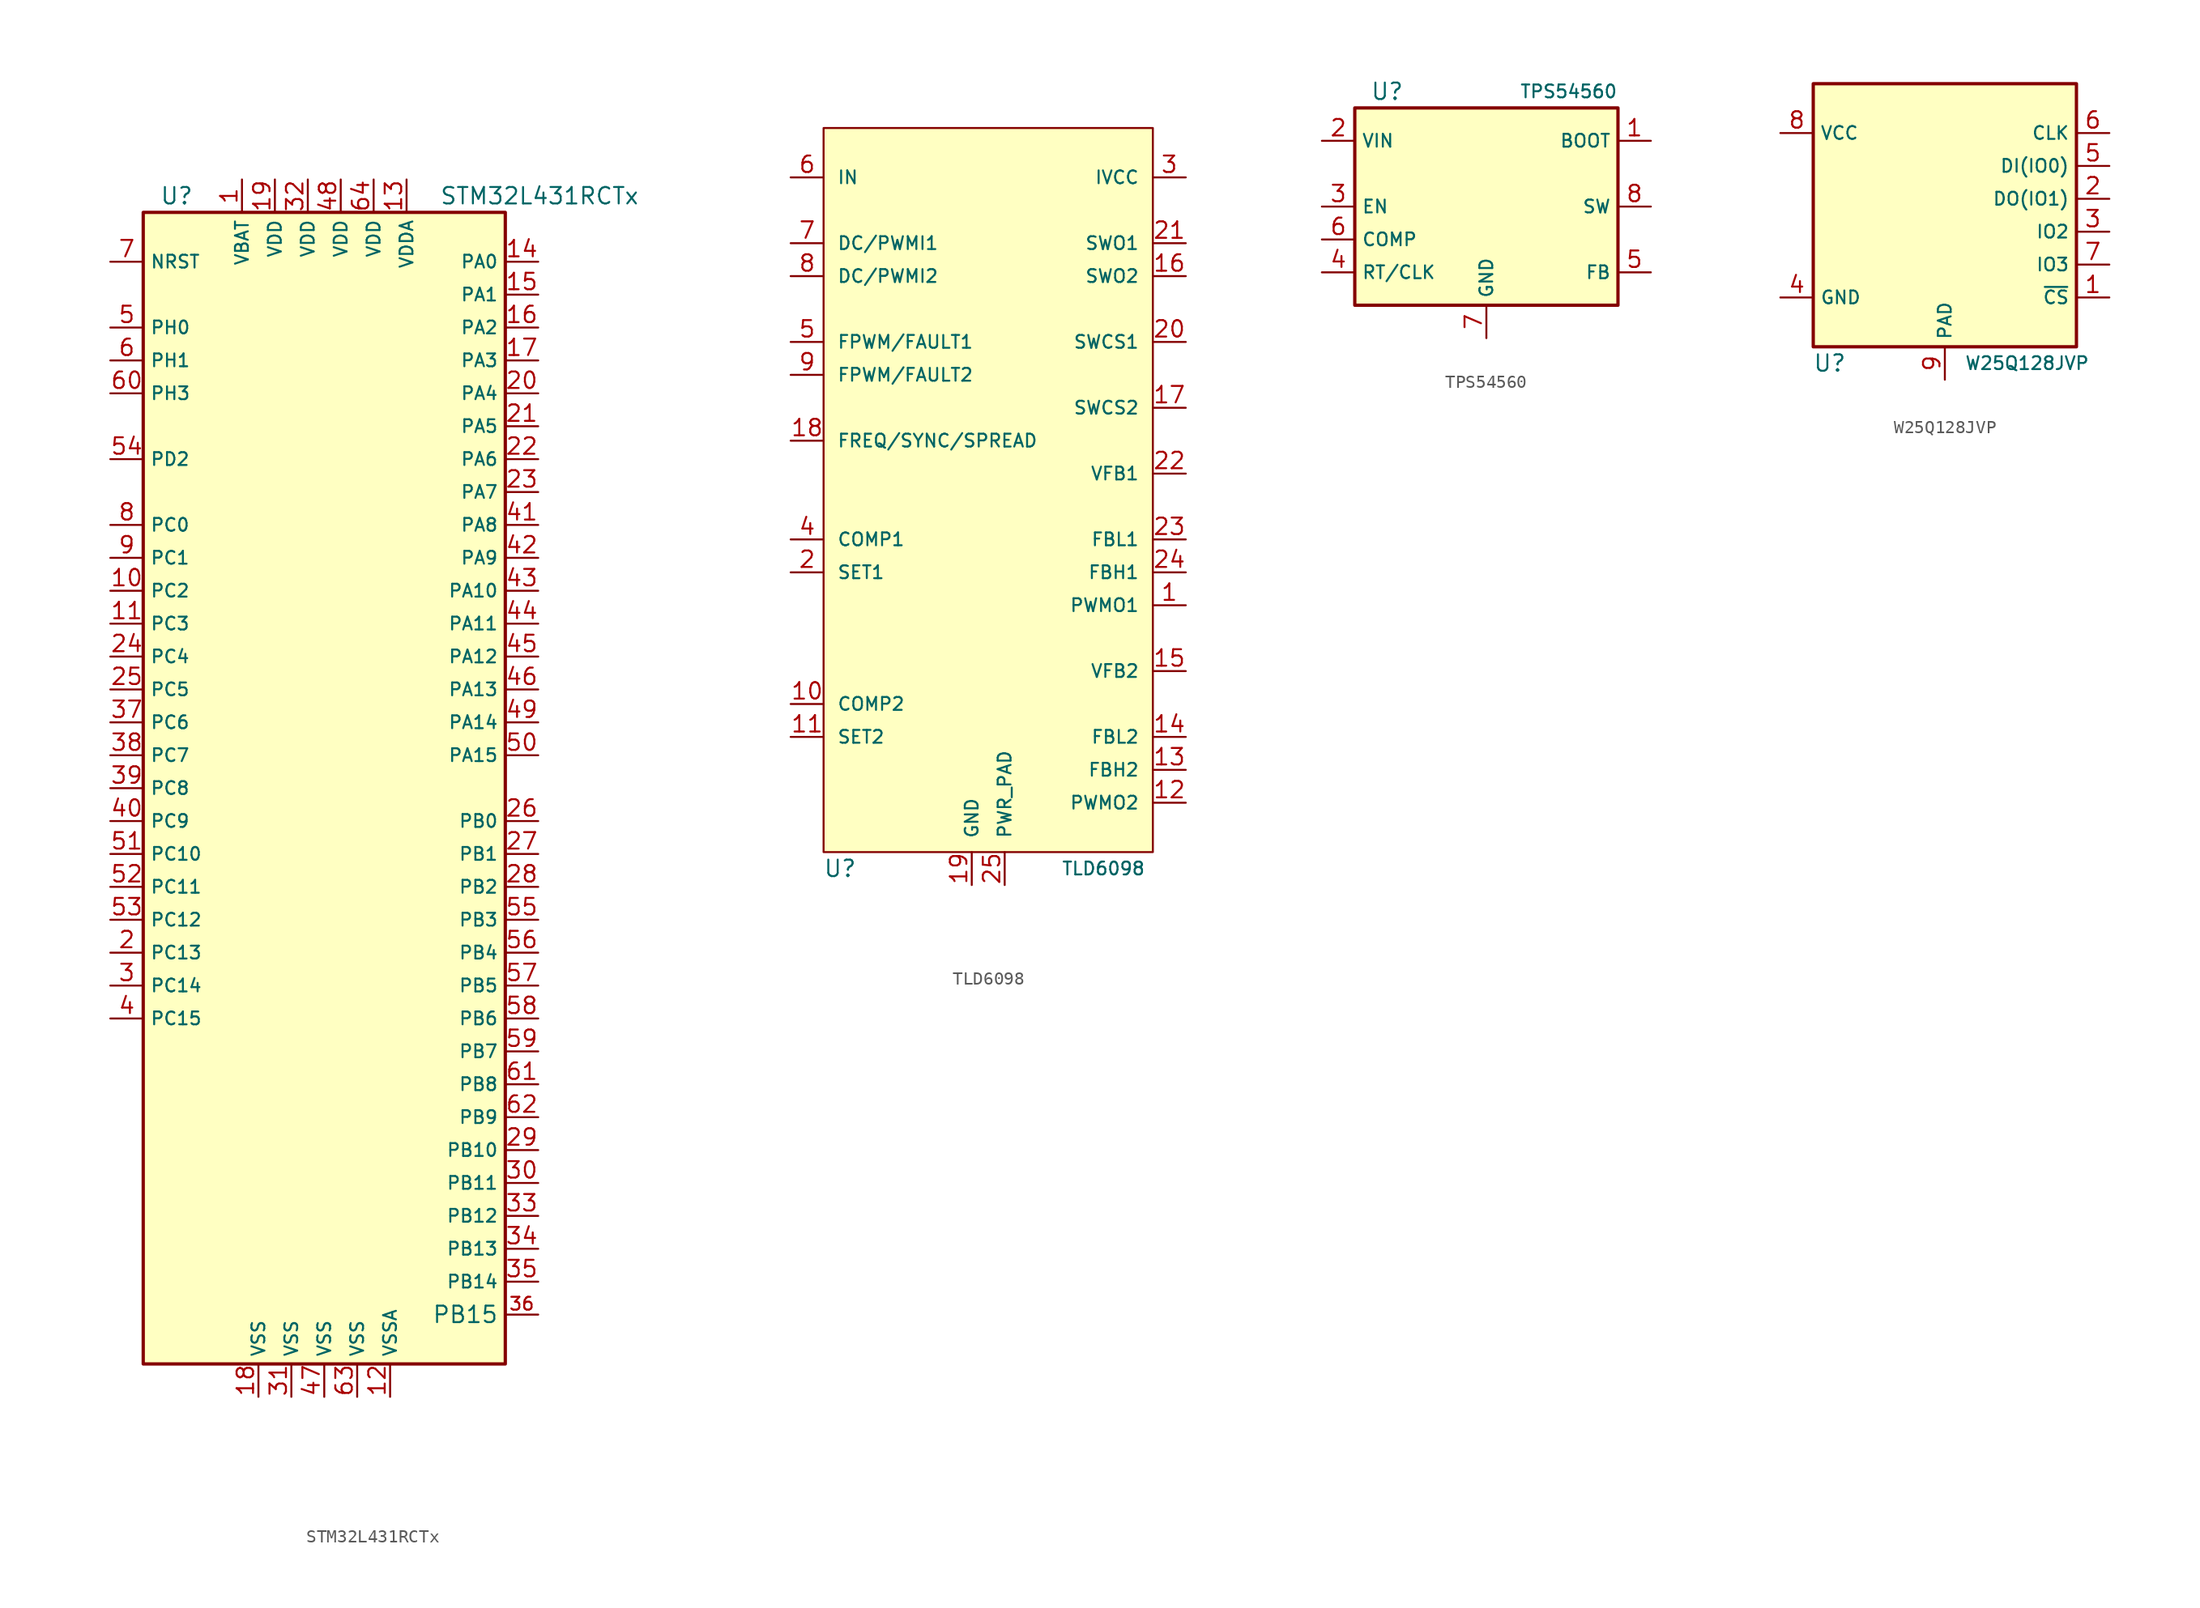
<source format=kicad_sym>
(kicad_symbol_lib
  (version 20211014)
  (generator kicad_symbol_editor)
  (symbol "STM32L431RCTx"
    (property "Reference" "U"
      (at -12.7 45.72 0)
      (effects (font (size 1.27 1.27)) (justify left)))
    (property "Value" "STM32L431RCTx"
      (at 8.89 45.72 0)
      (effects (font (size 1.27 1.27)) (justify left)))
    (symbol "STM32L431RCTx_0_1"
      (rectangle (start -13.97 44.45) (end 13.97 -44.45) (stroke (width 0.254) (type default) (color 0 0 0 0)) (fill (type background))))
    (symbol "STM32L431RCTx_1_1"
      (pin power_in line (at -6.35 46.99 270) (length 2.54) (name "VBAT" (effects (font (size 0.991 0.991)))) (number "1" (effects (font (size 1.27 1.27)))))
      (pin bidirectional line (at -16.51 15.24 0) (length 2.54) (name "PC2" (effects (font (size 0.991 0.991)))) (number "10" (effects (font (size 1.27 1.27)))))
      (pin bidirectional line (at -16.51 12.7 0) (length 2.54) (name "PC3" (effects (font (size 0.991 0.991)))) (number "11" (effects (font (size 1.27 1.27)))))
      (pin power_in line (at 5.08 -46.99 90) (length 2.54) (name "VSSA" (effects (font (size 0.991 0.991)))) (number "12" (effects (font (size 1.27 1.27)))))
      (pin power_in line (at 6.35 46.99 270) (length 2.54) (name "VDDA" (effects (font (size 0.991 0.991)))) (number "13" (effects (font (size 1.27 1.27)))))
      (pin bidirectional line (at 16.51 40.64 180) (length 2.54) (name "PA0" (effects (font (size 0.991 0.991)))) (number "14" (effects (font (size 1.27 1.27)))))
      (pin bidirectional line (at 16.51 38.1 180) (length 2.54) (name "PA1" (effects (font (size 0.991 0.991)))) (number "15" (effects (font (size 1.27 1.27)))))
      (pin bidirectional line (at 16.51 35.56 180) (length 2.54) (name "PA2" (effects (font (size 0.991 0.991)))) (number "16" (effects (font (size 1.27 1.27)))))
      (pin bidirectional line (at 16.51 33.02 180) (length 2.54) (name "PA3" (effects (font (size 0.991 0.991)))) (number "17" (effects (font (size 1.27 1.27)))))
      (pin power_in line (at -5.08 -46.99 90) (length 2.54) (name "VSS" (effects (font (size 0.991 0.991)))) (number "18" (effects (font (size 1.27 1.27)))))
      (pin power_in line (at -3.81 46.99 270) (length 2.54) (name "VDD" (effects (font (size 0.991 0.991)))) (number "19" (effects (font (size 1.27 1.27)))))
      (pin bidirectional line (at -16.51 -12.7 0) (length 2.54) (name "PC13" (effects (font (size 0.991 0.991)))) (number "2" (effects (font (size 1.27 1.27)))))
      (pin bidirectional line (at 16.51 30.48 180) (length 2.54) (name "PA4" (effects (font (size 0.991 0.991)))) (number "20" (effects (font (size 1.27 1.27)))))
      (pin bidirectional line (at 16.51 27.94 180) (length 2.54) (name "PA5" (effects (font (size 0.991 0.991)))) (number "21" (effects (font (size 1.27 1.27)))))
      (pin bidirectional line (at 16.51 25.4 180) (length 2.54) (name "PA6" (effects (font (size 0.991 0.991)))) (number "22" (effects (font (size 1.27 1.27)))))
      (pin bidirectional line (at 16.51 22.86 180) (length 2.54) (name "PA7" (effects (font (size 0.991 0.991)))) (number "23" (effects (font (size 1.27 1.27)))))
      (pin bidirectional line (at -16.51 10.16 0) (length 2.54) (name "PC4" (effects (font (size 0.991 0.991)))) (number "24" (effects (font (size 1.27 1.27)))))
      (pin bidirectional line (at -16.51 7.62 0) (length 2.54) (name "PC5" (effects (font (size 0.991 0.991)))) (number "25" (effects (font (size 1.27 1.27)))))
      (pin bidirectional line (at 16.51 -2.54 180) (length 2.54) (name "PB0" (effects (font (size 0.991 0.991)))) (number "26" (effects (font (size 1.27 1.27)))))
      (pin bidirectional line (at 16.51 -5.08 180) (length 2.54) (name "PB1" (effects (font (size 0.991 0.991)))) (number "27" (effects (font (size 1.27 1.27)))))
      (pin bidirectional line (at 16.51 -7.62 180) (length 2.54) (name "PB2" (effects (font (size 0.991 0.991)))) (number "28" (effects (font (size 1.27 1.27)))))
      (pin bidirectional line (at 16.51 -27.94 180) (length 2.54) (name "PB10" (effects (font (size 0.991 0.991)))) (number "29" (effects (font (size 1.27 1.27)))))
      (pin bidirectional line (at -16.51 -15.24 0) (length 2.54) (name "PC14" (effects (font (size 0.991 0.991)))) (number "3" (effects (font (size 1.27 1.27)))))
      (pin bidirectional line (at 16.51 -30.48 180) (length 2.54) (name "PB11" (effects (font (size 0.991 0.991)))) (number "30" (effects (font (size 1.27 1.27)))))
      (pin power_in line (at -2.54 -46.99 90) (length 2.54) (name "VSS" (effects (font (size 0.991 0.991)))) (number "31" (effects (font (size 1.27 1.27)))))
      (pin power_in line (at -1.27 46.99 270) (length 2.54) (name "VDD" (effects (font (size 0.991 0.991)))) (number "32" (effects (font (size 1.27 1.27)))))
      (pin bidirectional line (at 16.51 -33.02 180) (length 2.54) (name "PB12" (effects (font (size 0.991 0.991)))) (number "33" (effects (font (size 1.27 1.27)))))
      (pin bidirectional line (at 16.51 -35.56 180) (length 2.54) (name "PB13" (effects (font (size 0.991 0.991)))) (number "34" (effects (font (size 1.27 1.27)))))
      (pin bidirectional line (at 16.51 -38.1 180) (length 2.54) (name "PB14" (effects (font (size 0.991 0.991)))) (number "35" (effects (font (size 1.27 1.27)))))
      (pin bidirectional line (at 16.51 -40.64 180) (length 2.54) (name "PB15" (effects (font (size 1.27 1.27)))) (number "36" (effects (font (size 0.991 0.991)))))
      (pin bidirectional line (at -16.51 5.08 0) (length 2.54) (name "PC6" (effects (font (size 0.991 0.991)))) (number "37" (effects (font (size 1.27 1.27)))))
      (pin bidirectional line (at -16.51 2.54 0) (length 2.54) (name "PC7" (effects (font (size 0.991 0.991)))) (number "38" (effects (font (size 1.27 1.27)))))
      (pin bidirectional line (at -16.51 0 0) (length 2.54) (name "PC8" (effects (font (size 0.991 0.991)))) (number "39" (effects (font (size 1.27 1.27)))))
      (pin bidirectional line (at -16.51 -17.78 0) (length 2.54) (name "PC15" (effects (font (size 0.991 0.991)))) (number "4" (effects (font (size 1.27 1.27)))))
      (pin bidirectional line (at -16.51 -2.54 0) (length 2.54) (name "PC9" (effects (font (size 0.991 0.991)))) (number "40" (effects (font (size 1.27 1.27)))))
      (pin bidirectional line (at 16.51 20.32 180) (length 2.54) (name "PA8" (effects (font (size 0.991 0.991)))) (number "41" (effects (font (size 1.27 1.27)))))
      (pin bidirectional line (at 16.51 17.78 180) (length 2.54) (name "PA9" (effects (font (size 0.991 0.991)))) (number "42" (effects (font (size 1.27 1.27)))))
      (pin bidirectional line (at 16.51 15.24 180) (length 2.54) (name "PA10" (effects (font (size 0.991 0.991)))) (number "43" (effects (font (size 1.27 1.27)))))
      (pin bidirectional line (at 16.51 12.7 180) (length 2.54) (name "PA11" (effects (font (size 0.991 0.991)))) (number "44" (effects (font (size 1.27 1.27)))))
      (pin bidirectional line (at 16.51 10.16 180) (length 2.54) (name "PA12" (effects (font (size 0.991 0.991)))) (number "45" (effects (font (size 1.27 1.27)))))
      (pin bidirectional line (at 16.51 7.62 180) (length 2.54) (name "PA13" (effects (font (size 0.991 0.991)))) (number "46" (effects (font (size 1.27 1.27)))))
      (pin power_in line (at 0 -46.99 90) (length 2.54) (name "VSS" (effects (font (size 0.991 0.991)))) (number "47" (effects (font (size 1.27 1.27)))))
      (pin power_in line (at 1.27 46.99 270) (length 2.54) (name "VDD" (effects (font (size 0.991 0.991)))) (number "48" (effects (font (size 1.27 1.27)))))
      (pin bidirectional line (at 16.51 5.08 180) (length 2.54) (name "PA14" (effects (font (size 0.991 0.991)))) (number "49" (effects (font (size 1.27 1.27)))))
      (pin input line (at -16.51 35.56 0) (length 2.54) (name "PH0" (effects (font (size 0.991 0.991)))) (number "5" (effects (font (size 1.27 1.27)))))
      (pin bidirectional line (at 16.51 2.54 180) (length 2.54) (name "PA15" (effects (font (size 0.991 0.991)))) (number "50" (effects (font (size 1.27 1.27)))))
      (pin bidirectional line (at -16.51 -5.08 0) (length 2.54) (name "PC10" (effects (font (size 0.991 0.991)))) (number "51" (effects (font (size 1.27 1.27)))))
      (pin bidirectional line (at -16.51 -7.62 0) (length 2.54) (name "PC11" (effects (font (size 0.991 0.991)))) (number "52" (effects (font (size 1.27 1.27)))))
      (pin bidirectional line (at -16.51 -10.16 0) (length 2.54) (name "PC12" (effects (font (size 0.991 0.991)))) (number "53" (effects (font (size 1.27 1.27)))))
      (pin bidirectional line (at -16.51 25.4 0) (length 2.54) (name "PD2" (effects (font (size 0.991 0.991)))) (number "54" (effects (font (size 1.27 1.27)))))
      (pin bidirectional line (at 16.51 -10.16 180) (length 2.54) (name "PB3" (effects (font (size 0.991 0.991)))) (number "55" (effects (font (size 1.27 1.27)))))
      (pin bidirectional line (at 16.51 -12.7 180) (length 2.54) (name "PB4" (effects (font (size 0.991 0.991)))) (number "56" (effects (font (size 1.27 1.27)))))
      (pin bidirectional line (at 16.51 -15.24 180) (length 2.54) (name "PB5" (effects (font (size 0.991 0.991)))) (number "57" (effects (font (size 1.27 1.27)))))
      (pin bidirectional line (at 16.51 -17.78 180) (length 2.54) (name "PB6" (effects (font (size 0.991 0.991)))) (number "58" (effects (font (size 1.27 1.27)))))
      (pin bidirectional line (at 16.51 -20.32 180) (length 2.54) (name "PB7" (effects (font (size 0.991 0.991)))) (number "59" (effects (font (size 1.27 1.27)))))
      (pin input line (at -16.51 33.02 0) (length 2.54) (name "PH1" (effects (font (size 0.991 0.991)))) (number "6" (effects (font (size 1.27 1.27)))))
      (pin bidirectional line (at -16.51 30.48 0) (length 2.54) (name "PH3" (effects (font (size 0.991 0.991)))) (number "60" (effects (font (size 1.27 1.27)))))
      (pin bidirectional line (at 16.51 -22.86 180) (length 2.54) (name "PB8" (effects (font (size 0.991 0.991)))) (number "61" (effects (font (size 1.27 1.27)))))
      (pin bidirectional line (at 16.51 -25.4 180) (length 2.54) (name "PB9" (effects (font (size 0.991 0.991)))) (number "62" (effects (font (size 1.27 1.27)))))
      (pin power_in line (at 2.54 -46.99 90) (length 2.54) (name "VSS" (effects (font (size 0.991 0.991)))) (number "63" (effects (font (size 1.27 1.27)))))
      (pin power_in line (at 3.81 46.99 270) (length 2.54) (name "VDD" (effects (font (size 0.991 0.991)))) (number "64" (effects (font (size 1.27 1.27)))))
      (pin input line (at -16.51 40.64 0) (length 2.54) (name "NRST" (effects (font (size 0.991 0.991)))) (number "7" (effects (font (size 1.27 1.27)))))
      (pin bidirectional line (at -16.51 20.32 0) (length 2.54) (name "PC0" (effects (font (size 0.991 0.991)))) (number "8" (effects (font (size 1.27 1.27)))))
      (pin bidirectional line (at -16.51 17.78 0) (length 2.54) (name "PC1" (effects (font (size 0.991 0.991)))) (number "9" (effects (font (size 1.27 1.27)))))))
  (symbol "TLD6098"
    (pin_names
      (offset 1.016))
    (property "Reference" "U"
      (at 1.27 -53.34 0)
      (effects (font (size 1.27 1.27))))
    (property "Value" "TLD6098"
      (at 21.59 -53.34 0)
      (effects (font (size 0.991 0.991))))
    (symbol "TLD6098_1_1"
      (rectangle (start 0 3.81) (end 25.4 -52.07) (stroke (width 0) (type default) (color 0 0 0 0)) (fill (type background)))
      (pin output line (at 27.94 -33.02 180) (length 2.54) (name "PWMO1" (effects (font (size 0.991 0.991)))) (number "1" (effects (font (size 1.27 1.27)))))
      (pin output line (at -2.54 -40.64 0) (length 2.54) (name "COMP2" (effects (font (size 0.991 0.991)))) (number "10" (effects (font (size 1.27 1.27)))))
      (pin input line (at -2.54 -43.18 0) (length 2.54) (name "SET2" (effects (font (size 0.991 0.991)))) (number "11" (effects (font (size 1.27 1.27)))))
      (pin output line (at 27.94 -48.26 180) (length 2.54) (name "PWMO2" (effects (font (size 0.991 0.991)))) (number "12" (effects (font (size 1.27 1.27)))))
      (pin passive line (at 27.94 -45.72 180) (length 2.54) (name "FBH2" (effects (font (size 0.991 0.991)))) (number "13" (effects (font (size 1.27 1.27)))))
      (pin passive line (at 27.94 -43.18 180) (length 2.54) (name "FBL2" (effects (font (size 0.991 0.991)))) (number "14" (effects (font (size 1.27 1.27)))))
      (pin input line (at 27.94 -38.1 180) (length 2.54) (name "VFB2" (effects (font (size 0.991 0.991)))) (number "15" (effects (font (size 1.27 1.27)))))
      (pin output line (at 27.94 -7.62 180) (length 2.54) (name "SWO2" (effects (font (size 0.991 0.991)))) (number "16" (effects (font (size 1.27 1.27)))))
      (pin passive line (at 27.94 -17.78 180) (length 2.54) (name "SWCS2" (effects (font (size 0.991 0.991)))) (number "17" (effects (font (size 1.27 1.27)))))
      (pin passive line (at -2.54 -20.32 0) (length 2.54) (name "FREQ/SYNC/SPREAD" (effects (font (size 0.991 0.991)))) (number "18" (effects (font (size 1.27 1.27)))))
      (pin power_in line (at 11.43 -54.61 90) (length 2.54) (name "GND" (effects (font (size 0.991 0.991)))) (number "19" (effects (font (size 1.27 1.27)))))
      (pin input line (at -2.54 -30.48 0) (length 2.54) (name "SET1" (effects (font (size 0.991 0.991)))) (number "2" (effects (font (size 1.27 1.27)))))
      (pin passive line (at 27.94 -12.7 180) (length 2.54) (name "SWCS1" (effects (font (size 0.991 0.991)))) (number "20" (effects (font (size 1.27 1.27)))))
      (pin output line (at 27.94 -5.08 180) (length 2.54) (name "SWO1" (effects (font (size 0.991 0.991)))) (number "21" (effects (font (size 1.27 1.27)))))
      (pin input line (at 27.94 -22.86 180) (length 2.54) (name "VFB1" (effects (font (size 0.991 0.991)))) (number "22" (effects (font (size 1.27 1.27)))))
      (pin passive line (at 27.94 -27.94 180) (length 2.54) (name "FBL1" (effects (font (size 0.991 0.991)))) (number "23" (effects (font (size 1.27 1.27)))))
      (pin passive line (at 27.94 -30.48 180) (length 2.54) (name "FBH1" (effects (font (size 0.991 0.991)))) (number "24" (effects (font (size 1.27 1.27)))))
      (pin power_in line (at 13.97 -54.61 90) (length 2.54) (name "PWR_PAD" (effects (font (size 0.991 0.991)))) (number "25" (effects (font (size 1.27 1.27)))))
      (pin power_out line (at 27.94 0 180) (length 2.54) (name "IVCC" (effects (font (size 0.991 0.991)))) (number "3" (effects (font (size 1.27 1.27)))))
      (pin output line (at -2.54 -27.94 0) (length 2.54) (name "COMP1" (effects (font (size 0.991 0.991)))) (number "4" (effects (font (size 1.27 1.27)))))
      (pin passive line (at -2.54 -12.7 0) (length 2.54) (name "FPWM/FAULT1" (effects (font (size 0.991 0.991)))) (number "5" (effects (font (size 1.27 1.27)))))
      (pin power_in line (at -2.54 0 0) (length 2.54) (name "IN" (effects (font (size 0.991 0.991)))) (number "6" (effects (font (size 1.27 1.27)))))
      (pin input line (at -2.54 -5.08 0) (length 2.54) (name "DC/PWMI1" (effects (font (size 0.991 0.991)))) (number "7" (effects (font (size 1.27 1.27)))))
      (pin input line (at -2.54 -7.62 0) (length 2.54) (name "DC/PWMI2" (effects (font (size 0.991 0.991)))) (number "8" (effects (font (size 1.27 1.27)))))
      (pin passive line (at -2.54 -15.24 0) (length 2.54) (name "FPWM/FAULT2" (effects (font (size 0.991 0.991)))) (number "9" (effects (font (size 1.27 1.27)))))))
  (symbol "TPS54560"
    (property "Reference" "U"
      (at -6.35 8.89 0)
      (effects (font (size 1.27 1.27)) (justify right)))
    (property "Value" "TPS54560"
      (at 10.16 8.89 0)
      (effects (font (size 0.991 0.991)) (justify right)))
    (symbol "TPS54560_0_1"
      (rectangle (start -10.16 7.62) (end 10.16 -7.62) (stroke (width 0.254) (type default) (color 0 0 0 0)) (fill (type background))))
    (symbol "TPS54560_1_1"
      (pin passive line (at 12.7 5.08 180) (length 2.54) (name "BOOT" (effects (font (size 0.991 0.991)))) (number "1" (effects (font (size 1.27 1.27)))))
      (pin power_in line (at -12.7 5.08 0) (length 2.54) (name "VIN" (effects (font (size 0.991 0.991)))) (number "2" (effects (font (size 1.27 1.27)))))
      (pin input line (at -12.7 0 0) (length 2.54) (name "EN" (effects (font (size 0.991 0.991)))) (number "3" (effects (font (size 1.27 1.27)))))
      (pin passive line (at -12.7 -5.08 0) (length 2.54) (name "RT/CLK" (effects (font (size 0.991 0.991)))) (number "4" (effects (font (size 1.27 1.27)))))
      (pin input line (at 12.7 -5.08 180) (length 2.54) (name "FB" (effects (font (size 0.991 0.991)))) (number "5" (effects (font (size 1.27 1.27)))))
      (pin output line (at -12.7 -2.54 0) (length 2.54) (name "COMP" (effects (font (size 0.991 0.991)))) (number "6" (effects (font (size 1.27 1.27)))))
      (pin power_in line (at 0 -10.16 90) (length 2.54) (name "GND" (effects (font (size 0.991 0.991)))) (number "7" (effects (font (size 1.27 1.27)))))
      (pin power_out line (at 12.7 0 180) (length 2.54) (name "SW" (effects (font (size 0.991 0.991)))) (number "8" (effects (font (size 1.27 1.27)))))
      (pin passive line (at 0 -10.16 90) (length 2.54) hide (name "GND" (effects (font (size 0.991 0.991)))) (number "9" (effects (font (size 1.27 1.27)))))))
  (symbol "W25Q128JVP"
    (property "Reference" "U"
      (at -8.89 -11.43 0)
      (effects (font (size 1.27 1.27))))
    (property "Value" "W25Q128JVP"
      (at 6.35 -11.43 0)
      (effects (font (size 0.991 0.991))))
    (symbol "W25Q128JVP_0_1"
      (rectangle (start -10.16 10.16) (end 10.16 -10.16) (stroke (width 0.254) (type default) (color 0 0 0 0)) (fill (type background))))
    (symbol "W25Q128JVP_1_1"
      (pin input line (at 12.7 -6.35 180) (length 2.54) (name "~{CS}" (effects (font (size 0.991 0.991)))) (number "1" (effects (font (size 1.27 1.27)))))
      (pin bidirectional line (at 12.7 1.27 180) (length 2.54) (name "DO(IO1)" (effects (font (size 0.991 0.991)))) (number "2" (effects (font (size 1.27 1.27)))))
      (pin bidirectional line (at 12.7 -1.27 180) (length 2.54) (name "IO2" (effects (font (size 0.991 0.991)))) (number "3" (effects (font (size 1.27 1.27)))))
      (pin power_in line (at -12.7 -6.35 0) (length 2.54) (name "GND" (effects (font (size 0.991 0.991)))) (number "4" (effects (font (size 1.27 1.27)))))
      (pin bidirectional line (at 12.7 3.81 180) (length 2.54) (name "DI(IO0)" (effects (font (size 0.991 0.991)))) (number "5" (effects (font (size 1.27 1.27)))))
      (pin input line (at 12.7 6.35 180) (length 2.54) (name "CLK" (effects (font (size 0.991 0.991)))) (number "6" (effects (font (size 1.27 1.27)))))
      (pin bidirectional line (at 12.7 -3.81 180) (length 2.54) (name "IO3" (effects (font (size 0.991 0.991)))) (number "7" (effects (font (size 1.27 1.27)))))
      (pin power_in line (at -12.7 6.35 0) (length 2.54) (name "VCC" (effects (font (size 0.991 0.991)))) (number "8" (effects (font (size 1.27 1.27)))))
      (pin passive line (at 0 -12.7 90) (length 2.54) (name "PAD" (effects (font (size 0.991 0.991)))) (number "9" (effects (font (size 1.27 1.27))))))))
</source>
